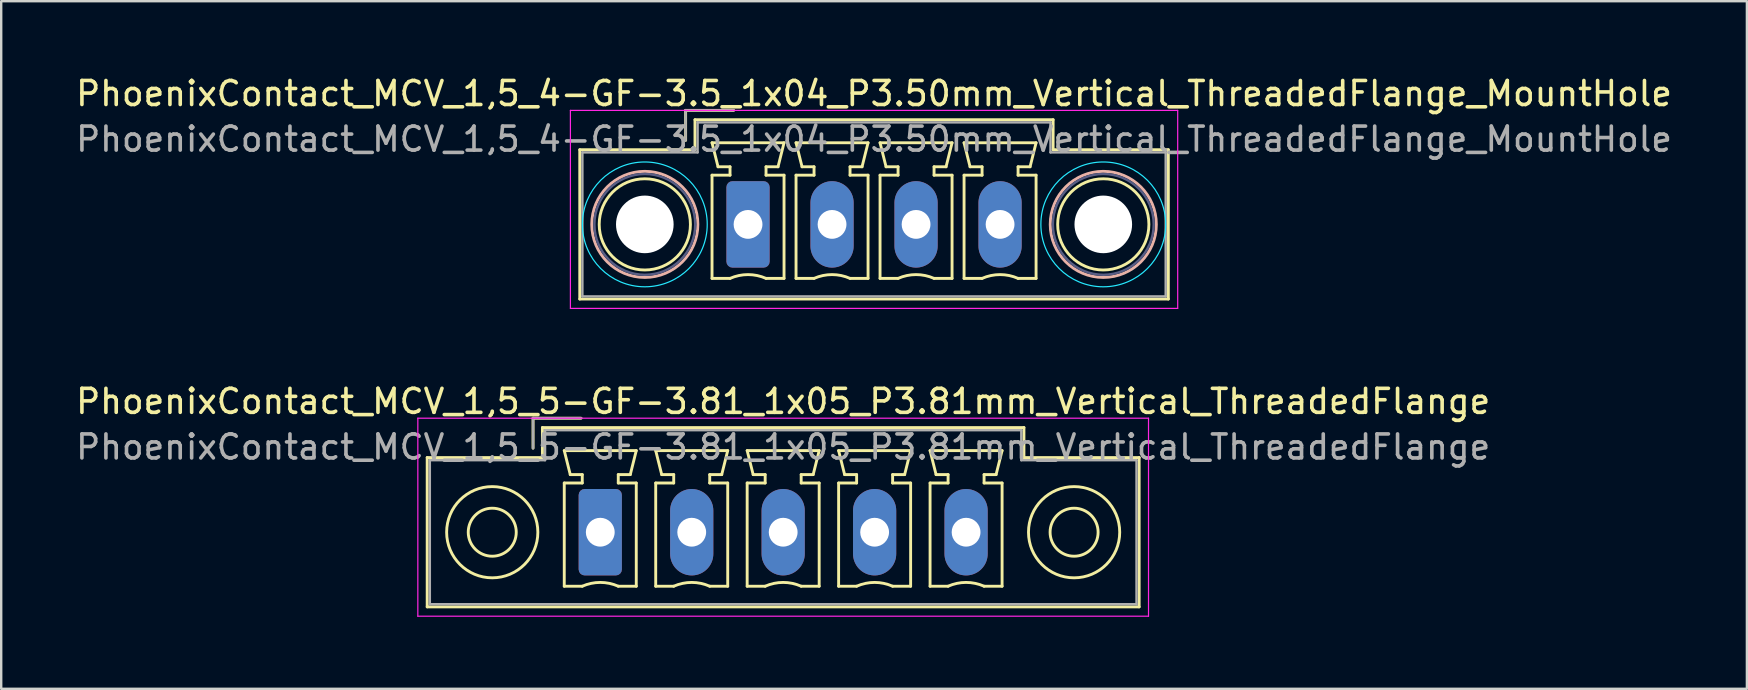
<source format=kicad_pcb>
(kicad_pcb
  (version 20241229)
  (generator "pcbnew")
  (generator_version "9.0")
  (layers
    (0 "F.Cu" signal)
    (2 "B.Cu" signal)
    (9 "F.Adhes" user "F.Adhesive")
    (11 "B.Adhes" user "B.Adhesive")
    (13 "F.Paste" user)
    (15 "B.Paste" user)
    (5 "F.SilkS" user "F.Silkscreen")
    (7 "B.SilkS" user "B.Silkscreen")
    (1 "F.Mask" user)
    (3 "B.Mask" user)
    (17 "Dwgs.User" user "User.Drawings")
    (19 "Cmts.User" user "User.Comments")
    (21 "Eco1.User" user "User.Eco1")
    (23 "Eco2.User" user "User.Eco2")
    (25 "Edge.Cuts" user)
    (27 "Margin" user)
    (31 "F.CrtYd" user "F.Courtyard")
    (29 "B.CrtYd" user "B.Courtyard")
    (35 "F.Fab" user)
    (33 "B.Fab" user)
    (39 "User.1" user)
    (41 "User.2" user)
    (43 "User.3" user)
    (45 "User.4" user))
  (footprint "PhoenixContact_MCV_1,5_5-GF-3.81_1x05_P3.81mm_Vertical_ThreadedFlange"
    (layer "F.Cu")
    (at 21.957 19.122)
    (property "Reference" "PhoenixContact_MCV_1,5_5-GF-3.81_1x05_P3.81mm_Vertical_ThreadedFlange" (at 7.62 -5.45 0) (layer "F.SilkS") (effects (font (size 1 1) (thickness 0.15))))
    (attr through_hole)
    (fp_line (start -7.21 -3.11) (end -7.21 3.11) (stroke (width 0.12) (type solid)) (layer "F.SilkS"))
    (fp_line (start -7.21 3.11) (end 22.45 3.11) (stroke (width 0.12) (type solid)) (layer "F.SilkS"))
    (fp_line (start -2.8 -4.75) (end -0.8 -4.75) (stroke (width 0.12) (type solid)) (layer "F.SilkS"))
    (fp_line (start -2.8 -3.5) (end -2.8 -4.75) (stroke (width 0.12) (type solid)) (layer "F.SilkS"))
    (fp_line (start -2.41 -4.36) (end -2.41 -3.11) (stroke (width 0.12) (type solid)) (layer "F.SilkS"))
    (fp_line (start -2.41 -3.11) (end -7.21 -3.11) (stroke (width 0.12) (type solid)) (layer "F.SilkS"))
    (fp_line (start -1.5 -3.4) (end 1.5 -3.4) (stroke (width 0.12) (type solid)) (layer "F.SilkS"))
    (fp_line (start -1.5 -2.05) (end -0.75 -2.05) (stroke (width 0.12) (type solid)) (layer "F.SilkS"))
    (fp_line (start -1.5 2.25) (end -1.5 -2.05) (stroke (width 0.12) (type solid)) (layer "F.SilkS"))
    (fp_line (start -1.25 -2.4) (end -1.5 -3.4) (stroke (width 0.12) (type solid)) (layer "F.SilkS"))
    (fp_line (start -0.75 -2.4) (end -1.25 -2.4) (stroke (width 0.12) (type solid)) (layer "F.SilkS"))
    (fp_line (start -0.75 -2.05) (end -0.75 -2.4) (stroke (width 0.12) (type solid)) (layer "F.SilkS"))
    (fp_line (start -0.75 2.25) (end -1.5 2.25) (stroke (width 0.12) (type solid)) (layer "F.SilkS"))
    (fp_line (start 0.75 -2.4) (end 0.75 -2.05) (stroke (width 0.12) (type solid)) (layer "F.SilkS"))
    (fp_line (start 0.75 -2.05) (end 1.5 -2.05) (stroke (width 0.12) (type solid)) (layer "F.SilkS"))
    (fp_line (start 1.25 -2.4) (end 0.75 -2.4) (stroke (width 0.12) (type solid)) (layer "F.SilkS"))
    (fp_line (start 1.5 -3.4) (end 1.25 -2.4) (stroke (width 0.12) (type solid)) (layer "F.SilkS"))
    (fp_line (start 1.5 -2.05) (end 1.5 2.25) (stroke (width 0.12) (type solid)) (layer "F.SilkS"))
    (fp_line (start 1.5 2.25) (end 0.75 2.25) (stroke (width 0.12) (type solid)) (layer "F.SilkS"))
    (fp_line (start 2.31 -3.4) (end 5.31 -3.4) (stroke (width 0.12) (type solid)) (layer "F.SilkS"))
    (fp_line (start 2.31 -2.05) (end 3.06 -2.05) (stroke (width 0.12) (type solid)) (layer "F.SilkS"))
    (fp_line (start 2.31 2.25) (end 2.31 -2.05) (stroke (width 0.12) (type solid)) (layer "F.SilkS"))
    (fp_line (start 2.56 -2.4) (end 2.31 -3.4) (stroke (width 0.12) (type solid)) (layer "F.SilkS"))
    (fp_line (start 3.06 -2.4) (end 2.56 -2.4) (stroke (width 0.12) (type solid)) (layer "F.SilkS"))
    (fp_line (start 3.06 -2.05) (end 3.06 -2.4) (stroke (width 0.12) (type solid)) (layer "F.SilkS"))
    (fp_line (start 3.06 2.25) (end 2.31 2.25) (stroke (width 0.12) (type solid)) (layer "F.SilkS"))
    (fp_line (start 4.56 -2.4) (end 4.56 -2.05) (stroke (width 0.12) (type solid)) (layer "F.SilkS"))
    (fp_line (start 4.56 -2.05) (end 5.31 -2.05) (stroke (width 0.12) (type solid)) (layer "F.SilkS"))
    (fp_line (start 5.06 -2.4) (end 4.56 -2.4) (stroke (width 0.12) (type solid)) (layer "F.SilkS"))
    (fp_line (start 5.31 -3.4) (end 5.06 -2.4) (stroke (width 0.12) (type solid)) (layer "F.SilkS"))
    (fp_line (start 5.31 -2.05) (end 5.31 2.25) (stroke (width 0.12) (type solid)) (layer "F.SilkS"))
    (fp_line (start 5.31 2.25) (end 4.56 2.25) (stroke (width 0.12) (type solid)) (layer "F.SilkS"))
    (fp_line (start 6.12 -3.4) (end 9.12 -3.4) (stroke (width 0.12) (type solid)) (layer "F.SilkS"))
    (fp_line (start 6.12 -2.05) (end 6.87 -2.05) (stroke (width 0.12) (type solid)) (layer "F.SilkS"))
    (fp_line (start 6.12 2.25) (end 6.12 -2.05) (stroke (width 0.12) (type solid)) (layer "F.SilkS"))
    (fp_line (start 6.37 -2.4) (end 6.12 -3.4) (stroke (width 0.12) (type solid)) (layer "F.SilkS"))
    (fp_line (start 6.87 -2.4) (end 6.37 -2.4) (stroke (width 0.12) (type solid)) (layer "F.SilkS"))
    (fp_line (start 6.87 -2.05) (end 6.87 -2.4) (stroke (width 0.12) (type solid)) (layer "F.SilkS"))
    (fp_line (start 6.87 2.25) (end 6.12 2.25) (stroke (width 0.12) (type solid)) (layer "F.SilkS"))
    (fp_line (start 8.37 -2.4) (end 8.37 -2.05) (stroke (width 0.12) (type solid)) (layer "F.SilkS"))
    (fp_line (start 8.37 -2.05) (end 9.12 -2.05) (stroke (width 0.12) (type solid)) (layer "F.SilkS"))
    (fp_line (start 8.87 -2.4) (end 8.37 -2.4) (stroke (width 0.12) (type solid)) (layer "F.SilkS"))
    (fp_line (start 9.12 -3.4) (end 8.87 -2.4) (stroke (width 0.12) (type solid)) (layer "F.SilkS"))
    (fp_line (start 9.12 -2.05) (end 9.12 2.25) (stroke (width 0.12) (type solid)) (layer "F.SilkS"))
    (fp_line (start 9.12 2.25) (end 8.37 2.25) (stroke (width 0.12) (type solid)) (layer "F.SilkS"))
    (fp_line (start 9.93 -3.4) (end 12.93 -3.4) (stroke (width 0.12) (type solid)) (layer "F.SilkS"))
    (fp_line (start 9.93 -2.05) (end 10.68 -2.05) (stroke (width 0.12) (type solid)) (layer "F.SilkS"))
    (fp_line (start 9.93 2.25) (end 9.93 -2.05) (stroke (width 0.12) (type solid)) (layer "F.SilkS"))
    (fp_line (start 10.18 -2.4) (end 9.93 -3.4) (stroke (width 0.12) (type solid)) (layer "F.SilkS"))
    (fp_line (start 10.68 -2.4) (end 10.18 -2.4) (stroke (width 0.12) (type solid)) (layer "F.SilkS"))
    (fp_line (start 10.68 -2.05) (end 10.68 -2.4) (stroke (width 0.12) (type solid)) (layer "F.SilkS"))
    (fp_line (start 10.68 2.25) (end 9.93 2.25) (stroke (width 0.12) (type solid)) (layer "F.SilkS"))
    (fp_line (start 12.18 -2.4) (end 12.18 -2.05) (stroke (width 0.12) (type solid)) (layer "F.SilkS"))
    (fp_line (start 12.18 -2.05) (end 12.93 -2.05) (stroke (width 0.12) (type solid)) (layer "F.SilkS"))
    (fp_line (start 12.68 -2.4) (end 12.18 -2.4) (stroke (width 0.12) (type solid)) (layer "F.SilkS"))
    (fp_line (start 12.93 -3.4) (end 12.68 -2.4) (stroke (width 0.12) (type solid)) (layer "F.SilkS"))
    (fp_line (start 12.93 -2.05) (end 12.93 2.25) (stroke (width 0.12) (type solid)) (layer "F.SilkS"))
    (fp_line (start 12.93 2.25) (end 12.18 2.25) (stroke (width 0.12) (type solid)) (layer "F.SilkS"))
    (fp_line (start 13.74 -3.4) (end 16.74 -3.4) (stroke (width 0.12) (type solid)) (layer "F.SilkS"))
    (fp_line (start 13.74 -2.05) (end 14.49 -2.05) (stroke (width 0.12) (type solid)) (layer "F.SilkS"))
    (fp_line (start 13.74 2.25) (end 13.74 -2.05) (stroke (width 0.12) (type solid)) (layer "F.SilkS"))
    (fp_line (start 13.99 -2.4) (end 13.74 -3.4) (stroke (width 0.12) (type solid)) (layer "F.SilkS"))
    (fp_line (start 14.49 -2.4) (end 13.99 -2.4) (stroke (width 0.12) (type solid)) (layer "F.SilkS"))
    (fp_line (start 14.49 -2.05) (end 14.49 -2.4) (stroke (width 0.12) (type solid)) (layer "F.SilkS"))
    (fp_line (start 14.49 2.25) (end 13.74 2.25) (stroke (width 0.12) (type solid)) (layer "F.SilkS"))
    (fp_line (start 15.99 -2.4) (end 15.99 -2.05) (stroke (width 0.12) (type solid)) (layer "F.SilkS"))
    (fp_line (start 15.99 -2.05) (end 16.74 -2.05) (stroke (width 0.12) (type solid)) (layer "F.SilkS"))
    (fp_line (start 16.49 -2.4) (end 15.99 -2.4) (stroke (width 0.12) (type solid)) (layer "F.SilkS"))
    (fp_line (start 16.74 -3.4) (end 16.49 -2.4) (stroke (width 0.12) (type solid)) (layer "F.SilkS"))
    (fp_line (start 16.74 -2.05) (end 16.74 2.25) (stroke (width 0.12) (type solid)) (layer "F.SilkS"))
    (fp_line (start 16.74 2.25) (end 15.99 2.25) (stroke (width 0.12) (type solid)) (layer "F.SilkS"))
    (fp_line (start 17.65 -4.36) (end -2.41 -4.36) (stroke (width 0.12) (type solid)) (layer "F.SilkS"))
    (fp_line (start 17.65 -3.11) (end 17.65 -4.36) (stroke (width 0.12) (type solid)) (layer "F.SilkS"))
    (fp_line (start 22.45 -3.11) (end 17.65 -3.11) (stroke (width 0.12) (type solid)) (layer "F.SilkS"))
    (fp_line (start 22.45 3.11) (end 22.45 -3.11) (stroke (width 0.12) (type solid)) (layer "F.SilkS"))
    (fp_arc (start -0.75 2.25) (mid -0.000193 2.09191) (end 0.749647 2.249844) (stroke (width 0.12) (type solid)) (layer "F.SilkS"))
    (fp_arc (start 3.06 2.25) (mid 3.809807 2.09191) (end 4.559647 2.249844) (stroke (width 0.12) (type solid)) (layer "F.SilkS"))
    (fp_arc (start 6.87 2.25) (mid 7.619807 2.09191) (end 8.369647 2.249844) (stroke (width 0.12) (type solid)) (layer "F.SilkS"))
    (fp_arc (start 10.68 2.25) (mid 11.429807 2.09191) (end 12.179647 2.249844) (stroke (width 0.12) (type solid)) (layer "F.SilkS"))
    (fp_arc (start 14.49 2.25) (mid 15.239807 2.09191) (end 15.989647 2.249844) (stroke (width 0.12) (type solid)) (layer "F.SilkS"))
    (fp_circle (center -4.5 0) (end -3.5 0) (stroke (width 0.12) (type solid)) (fill no) (layer "F.SilkS"))
    (fp_circle (center -4.5 0) (end -2.6 0) (stroke (width 0.12) (type solid)) (fill no) (layer "F.SilkS"))
    (fp_circle (center 19.74 0) (end 20.74 0) (stroke (width 0.12) (type solid)) (fill no) (layer "F.SilkS"))
    (fp_circle (center 19.74 0) (end 21.64 0) (stroke (width 0.12) (type solid)) (fill no) (layer "F.SilkS"))
    (fp_line (start -7.6 -4.75) (end -7.6 3.5) (stroke (width 0.05) (type solid)) (layer "F.CrtYd"))
    (fp_line (start -7.6 3.5) (end 22.84 3.5) (stroke (width 0.05) (type solid)) (layer "F.CrtYd"))
    (fp_line (start 22.84 -4.75) (end -7.6 -4.75) (stroke (width 0.05) (type solid)) (layer "F.CrtYd"))
    (fp_line (start 22.84 3.5) (end 22.84 -4.75) (stroke (width 0.05) (type solid)) (layer "F.CrtYd"))
    (fp_line (start -7.1 -3) (end -7.1 3) (stroke (width 0.1) (type solid)) (layer "F.Fab"))
    (fp_line (start -7.1 3) (end 22.34 3) (stroke (width 0.1) (type solid)) (layer "F.Fab"))
    (fp_line (start -2.8 -4.75) (end -0.8 -4.75) (stroke (width 0.1) (type solid)) (layer "F.Fab"))
    (fp_line (start -2.8 -3.5) (end -2.8 -4.75) (stroke (width 0.1) (type solid)) (layer "F.Fab"))
    (fp_line (start -2.3 -4.25) (end -2.3 -3) (stroke (width 0.1) (type solid)) (layer "F.Fab"))
    (fp_line (start -2.3 -3) (end -7.1 -3) (stroke (width 0.1) (type solid)) (layer "F.Fab"))
    (fp_line (start 17.54 -4.25) (end -2.3 -4.25) (stroke (width 0.1) (type solid)) (layer "F.Fab"))
    (fp_line (start 17.54 -3) (end 17.54 -4.25) (stroke (width 0.1) (type solid)) (layer "F.Fab"))
    (fp_line (start 22.34 -3) (end 17.54 -3) (stroke (width 0.1) (type solid)) (layer "F.Fab"))
    (fp_line (start 22.34 3) (end 22.34 -3) (stroke (width 0.1) (type solid)) (layer "F.Fab"))
    (fp_text user "${REFERENCE}" (at 7.62 -3.55 0) (layer "F.Fab") (effects (font (size 1 1) (thickness 0.15))))
    (pad "1" thru_hole roundrect (at 0 0) (size 1.8 3.6) (drill 1.2) (layers "*.Cu" "*.Mask") (roundrect_rratio 0.139))
    (pad "2" thru_hole oval (at 3.81 0) (size 1.8 3.6) (drill 1.2) (layers "*.Cu" "*.Mask"))
    (pad "3" thru_hole oval (at 7.62 0) (size 1.8 3.6) (drill 1.2) (layers "*.Cu" "*.Mask"))
    (pad "4" thru_hole oval (at 11.43 0) (size 1.8 3.6) (drill 1.2) (layers "*.Cu" "*.Mask"))
    (pad "5" thru_hole oval (at 15.24 0) (size 1.8 3.6) (drill 1.2) (layers "*.Cu" "*.Mask")))
  (footprint "PhoenixContact_MCV_1,5_4-GF-3.5_1x04_P3.50mm_Vertical_ThreadedFlange_MountHole"
    (layer "F.Cu")
    (at 28.113 6.298)
    (property "Reference" "PhoenixContact_MCV_1,5_4-GF-3.5_1x04_P3.50mm_Vertical_ThreadedFlange_MountHole" (at 5.25 -5.45 0) (layer "F.SilkS") (effects (font (size 1 1) (thickness 0.15))))
    (attr through_hole)
    (fp_line (start -7.01 -3.11) (end -7.01 3.11) (stroke (width 0.12) (type solid)) (layer "F.SilkS"))
    (fp_line (start -7.01 3.11) (end 17.51 3.11) (stroke (width 0.12) (type solid)) (layer "F.SilkS"))
    (fp_line (start -2.6 -4.75) (end -0.6 -4.75) (stroke (width 0.12) (type solid)) (layer "F.SilkS"))
    (fp_line (start -2.6 -3.5) (end -2.6 -4.75) (stroke (width 0.12) (type solid)) (layer "F.SilkS"))
    (fp_line (start -2.21 -4.36) (end -2.21 -3.11) (stroke (width 0.12) (type solid)) (layer "F.SilkS"))
    (fp_line (start -2.21 -3.11) (end -7.01 -3.11) (stroke (width 0.12) (type solid)) (layer "F.SilkS"))
    (fp_line (start -1.5 -3.4) (end 1.5 -3.4) (stroke (width 0.12) (type solid)) (layer "F.SilkS"))
    (fp_line (start -1.5 -2.05) (end -0.75 -2.05) (stroke (width 0.12) (type solid)) (layer "F.SilkS"))
    (fp_line (start -1.5 2.25) (end -1.5 -2.05) (stroke (width 0.12) (type solid)) (layer "F.SilkS"))
    (fp_line (start -1.25 -2.4) (end -1.5 -3.4) (stroke (width 0.12) (type solid)) (layer "F.SilkS"))
    (fp_line (start -0.75 -2.4) (end -1.25 -2.4) (stroke (width 0.12) (type solid)) (layer "F.SilkS"))
    (fp_line (start -0.75 -2.05) (end -0.75 -2.4) (stroke (width 0.12) (type solid)) (layer "F.SilkS"))
    (fp_line (start -0.75 2.25) (end -1.5 2.25) (stroke (width 0.12) (type solid)) (layer "F.SilkS"))
    (fp_line (start 0.75 -2.4) (end 0.75 -2.05) (stroke (width 0.12) (type solid)) (layer "F.SilkS"))
    (fp_line (start 0.75 -2.05) (end 1.5 -2.05) (stroke (width 0.12) (type solid)) (layer "F.SilkS"))
    (fp_line (start 1.25 -2.4) (end 0.75 -2.4) (stroke (width 0.12) (type solid)) (layer "F.SilkS"))
    (fp_line (start 1.5 -3.4) (end 1.25 -2.4) (stroke (width 0.12) (type solid)) (layer "F.SilkS"))
    (fp_line (start 1.5 -2.05) (end 1.5 2.25) (stroke (width 0.12) (type solid)) (layer "F.SilkS"))
    (fp_line (start 1.5 2.25) (end 0.75 2.25) (stroke (width 0.12) (type solid)) (layer "F.SilkS"))
    (fp_line (start 2 -3.4) (end 5 -3.4) (stroke (width 0.12) (type solid)) (layer "F.SilkS"))
    (fp_line (start 2 -2.05) (end 2.75 -2.05) (stroke (width 0.12) (type solid)) (layer "F.SilkS"))
    (fp_line (start 2 2.25) (end 2 -2.05) (stroke (width 0.12) (type solid)) (layer "F.SilkS"))
    (fp_line (start 2.25 -2.4) (end 2 -3.4) (stroke (width 0.12) (type solid)) (layer "F.SilkS"))
    (fp_line (start 2.75 -2.4) (end 2.25 -2.4) (stroke (width 0.12) (type solid)) (layer "F.SilkS"))
    (fp_line (start 2.75 -2.05) (end 2.75 -2.4) (stroke (width 0.12) (type solid)) (layer "F.SilkS"))
    (fp_line (start 2.75 2.25) (end 2 2.25) (stroke (width 0.12) (type solid)) (layer "F.SilkS"))
    (fp_line (start 4.25 -2.4) (end 4.25 -2.05) (stroke (width 0.12) (type solid)) (layer "F.SilkS"))
    (fp_line (start 4.25 -2.05) (end 5 -2.05) (stroke (width 0.12) (type solid)) (layer "F.SilkS"))
    (fp_line (start 4.75 -2.4) (end 4.25 -2.4) (stroke (width 0.12) (type solid)) (layer "F.SilkS"))
    (fp_line (start 5 -3.4) (end 4.75 -2.4) (stroke (width 0.12) (type solid)) (layer "F.SilkS"))
    (fp_line (start 5 -2.05) (end 5 2.25) (stroke (width 0.12) (type solid)) (layer "F.SilkS"))
    (fp_line (start 5 2.25) (end 4.25 2.25) (stroke (width 0.12) (type solid)) (layer "F.SilkS"))
    (fp_line (start 5.5 -3.4) (end 8.5 -3.4) (stroke (width 0.12) (type solid)) (layer "F.SilkS"))
    (fp_line (start 5.5 -2.05) (end 6.25 -2.05) (stroke (width 0.12) (type solid)) (layer "F.SilkS"))
    (fp_line (start 5.5 2.25) (end 5.5 -2.05) (stroke (width 0.12) (type solid)) (layer "F.SilkS"))
    (fp_line (start 5.75 -2.4) (end 5.5 -3.4) (stroke (width 0.12) (type solid)) (layer "F.SilkS"))
    (fp_line (start 6.25 -2.4) (end 5.75 -2.4) (stroke (width 0.12) (type solid)) (layer "F.SilkS"))
    (fp_line (start 6.25 -2.05) (end 6.25 -2.4) (stroke (width 0.12) (type solid)) (layer "F.SilkS"))
    (fp_line (start 6.25 2.25) (end 5.5 2.25) (stroke (width 0.12) (type solid)) (layer "F.SilkS"))
    (fp_line (start 7.75 -2.4) (end 7.75 -2.05) (stroke (width 0.12) (type solid)) (layer "F.SilkS"))
    (fp_line (start 7.75 -2.05) (end 8.5 -2.05) (stroke (width 0.12) (type solid)) (layer "F.SilkS"))
    (fp_line (start 8.25 -2.4) (end 7.75 -2.4) (stroke (width 0.12) (type solid)) (layer "F.SilkS"))
    (fp_line (start 8.5 -3.4) (end 8.25 -2.4) (stroke (width 0.12) (type solid)) (layer "F.SilkS"))
    (fp_line (start 8.5 -2.05) (end 8.5 2.25) (stroke (width 0.12) (type solid)) (layer "F.SilkS"))
    (fp_line (start 8.5 2.25) (end 7.75 2.25) (stroke (width 0.12) (type solid)) (layer "F.SilkS"))
    (fp_line (start 9 -3.4) (end 12 -3.4) (stroke (width 0.12) (type solid)) (layer "F.SilkS"))
    (fp_line (start 9 -2.05) (end 9.75 -2.05) (stroke (width 0.12) (type solid)) (layer "F.SilkS"))
    (fp_line (start 9 2.25) (end 9 -2.05) (stroke (width 0.12) (type solid)) (layer "F.SilkS"))
    (fp_line (start 9.25 -2.4) (end 9 -3.4) (stroke (width 0.12) (type solid)) (layer "F.SilkS"))
    (fp_line (start 9.75 -2.4) (end 9.25 -2.4) (stroke (width 0.12) (type solid)) (layer "F.SilkS"))
    (fp_line (start 9.75 -2.05) (end 9.75 -2.4) (stroke (width 0.12) (type solid)) (layer "F.SilkS"))
    (fp_line (start 9.75 2.25) (end 9 2.25) (stroke (width 0.12) (type solid)) (layer "F.SilkS"))
    (fp_line (start 11.25 -2.4) (end 11.25 -2.05) (stroke (width 0.12) (type solid)) (layer "F.SilkS"))
    (fp_line (start 11.25 -2.05) (end 12 -2.05) (stroke (width 0.12) (type solid)) (layer "F.SilkS"))
    (fp_line (start 11.75 -2.4) (end 11.25 -2.4) (stroke (width 0.12) (type solid)) (layer "F.SilkS"))
    (fp_line (start 12 -3.4) (end 11.75 -2.4) (stroke (width 0.12) (type solid)) (layer "F.SilkS"))
    (fp_line (start 12 -2.05) (end 12 2.25) (stroke (width 0.12) (type solid)) (layer "F.SilkS"))
    (fp_line (start 12 2.25) (end 11.25 2.25) (stroke (width 0.12) (type solid)) (layer "F.SilkS"))
    (fp_line (start 12.71 -4.36) (end -2.21 -4.36) (stroke (width 0.12) (type solid)) (layer "F.SilkS"))
    (fp_line (start 12.71 -3.11) (end 12.71 -4.36) (stroke (width 0.12) (type solid)) (layer "F.SilkS"))
    (fp_line (start 17.51 -3.11) (end 12.71 -3.11) (stroke (width 0.12) (type solid)) (layer "F.SilkS"))
    (fp_line (start 17.51 3.11) (end 17.51 -3.11) (stroke (width 0.12) (type solid)) (layer "F.SilkS"))
    (fp_arc (start -0.75 2.25) (mid -0.000193 2.09191) (end 0.749647 2.249844) (stroke (width 0.12) (type solid)) (layer "F.SilkS"))
    (fp_arc (start 2.75 2.25) (mid 3.499807 2.09191) (end 4.249647 2.249844) (stroke (width 0.12) (type solid)) (layer "F.SilkS"))
    (fp_arc (start 6.25 2.25) (mid 6.999807 2.09191) (end 7.749647 2.249844) (stroke (width 0.12) (type solid)) (layer "F.SilkS"))
    (fp_arc (start 9.75 2.25) (mid 10.499807 2.09191) (end 11.249647 2.249844) (stroke (width 0.12) (type solid)) (layer "F.SilkS"))
    (fp_circle (center -4.3 0) (end -2.4 0) (stroke (width 0.12) (type solid)) (fill no) (layer "F.SilkS"))
    (fp_circle (center 14.8 0) (end 16.7 0) (stroke (width 0.12) (type solid)) (fill no) (layer "F.SilkS"))
    (fp_circle (center -4.3 0) (end -2.09 0) (stroke (width 0.12) (type solid)) (fill no) (layer "B.SilkS"))
    (fp_circle (center 14.8 0) (end 17.01 0) (stroke (width 0.12) (type solid)) (fill no) (layer "B.SilkS"))
    (fp_circle (center -4.3 0) (end -1.7 0) (stroke (width 0.05) (type solid)) (fill no) (layer "B.CrtYd"))
    (fp_circle (center 14.8 0) (end 17.4 0) (stroke (width 0.05) (type solid)) (fill no) (layer "B.CrtYd"))
    (fp_line (start -7.4 -4.75) (end -7.4 3.5) (stroke (width 0.05) (type solid)) (layer "F.CrtYd"))
    (fp_line (start -7.4 3.5) (end 17.9 3.5) (stroke (width 0.05) (type solid)) (layer "F.CrtYd"))
    (fp_line (start 17.9 -4.75) (end -7.4 -4.75) (stroke (width 0.05) (type solid)) (layer "F.CrtYd"))
    (fp_line (start 17.9 3.5) (end 17.9 -4.75) (stroke (width 0.05) (type solid)) (layer "F.CrtYd"))
    (fp_circle (center -4.3 0) (end -2.2 0) (stroke (width 0.1) (type solid)) (fill no) (layer "B.Fab"))
    (fp_circle (center 14.8 0) (end 16.9 0) (stroke (width 0.1) (type solid)) (fill no) (layer "B.Fab"))
    (fp_line (start -6.9 -3) (end -6.9 3) (stroke (width 0.1) (type solid)) (layer "F.Fab"))
    (fp_line (start -6.9 3) (end 17.4 3) (stroke (width 0.1) (type solid)) (layer "F.Fab"))
    (fp_line (start -2.6 -4.75) (end -0.6 -4.75) (stroke (width 0.1) (type solid)) (layer "F.Fab"))
    (fp_line (start -2.6 -3.5) (end -2.6 -4.75) (stroke (width 0.1) (type solid)) (layer "F.Fab"))
    (fp_line (start -2.1 -4.25) (end -2.1 -3) (stroke (width 0.1) (type solid)) (layer "F.Fab"))
    (fp_line (start -2.1 -3) (end -6.9 -3) (stroke (width 0.1) (type solid)) (layer "F.Fab"))
    (fp_line (start 12.6 -4.25) (end -2.1 -4.25) (stroke (width 0.1) (type solid)) (layer "F.Fab"))
    (fp_line (start 12.6 -3) (end 12.6 -4.25) (stroke (width 0.1) (type solid)) (layer "F.Fab"))
    (fp_line (start 17.4 -3) (end 12.6 -3) (stroke (width 0.1) (type solid)) (layer "F.Fab"))
    (fp_line (start 17.4 3) (end 17.4 -3) (stroke (width 0.1) (type solid)) (layer "F.Fab"))
    (fp_text user "${REFERENCE}" (at 5.25 -3.55 0) (layer "F.Fab") (effects (font (size 1 1) (thickness 0.15))))
    (pad "" np_thru_hole circle (at -4.3 0) (size 2.4 2.4) (drill 2.4) (layers "*.Cu" "*.Mask"))
    (pad "" np_thru_hole circle (at 14.8 0) (size 2.4 2.4) (drill 2.4) (layers "*.Cu" "*.Mask"))
    (pad "1" thru_hole roundrect (at 0 0) (size 1.8 3.6) (drill 1.2) (layers "*.Cu" "*.Mask") (roundrect_rratio 0.139))
    (pad "2" thru_hole oval (at 3.5 0) (size 1.8 3.6) (drill 1.2) (layers "*.Cu" "*.Mask"))
    (pad "3" thru_hole oval (at 7 0) (size 1.8 3.6) (drill 1.2) (layers "*.Cu" "*.Mask"))
    (pad "4" thru_hole oval (at 10.5 0) (size 1.8 3.6) (drill 1.2) (layers "*.Cu" "*.Mask")))
  (gr_rect
    (start -3 -3)
    (end 69.726 25.646)
    (stroke (width 0.1) (type default))
    (fill no)
    (layer "Edge.Cuts")))
</source>
